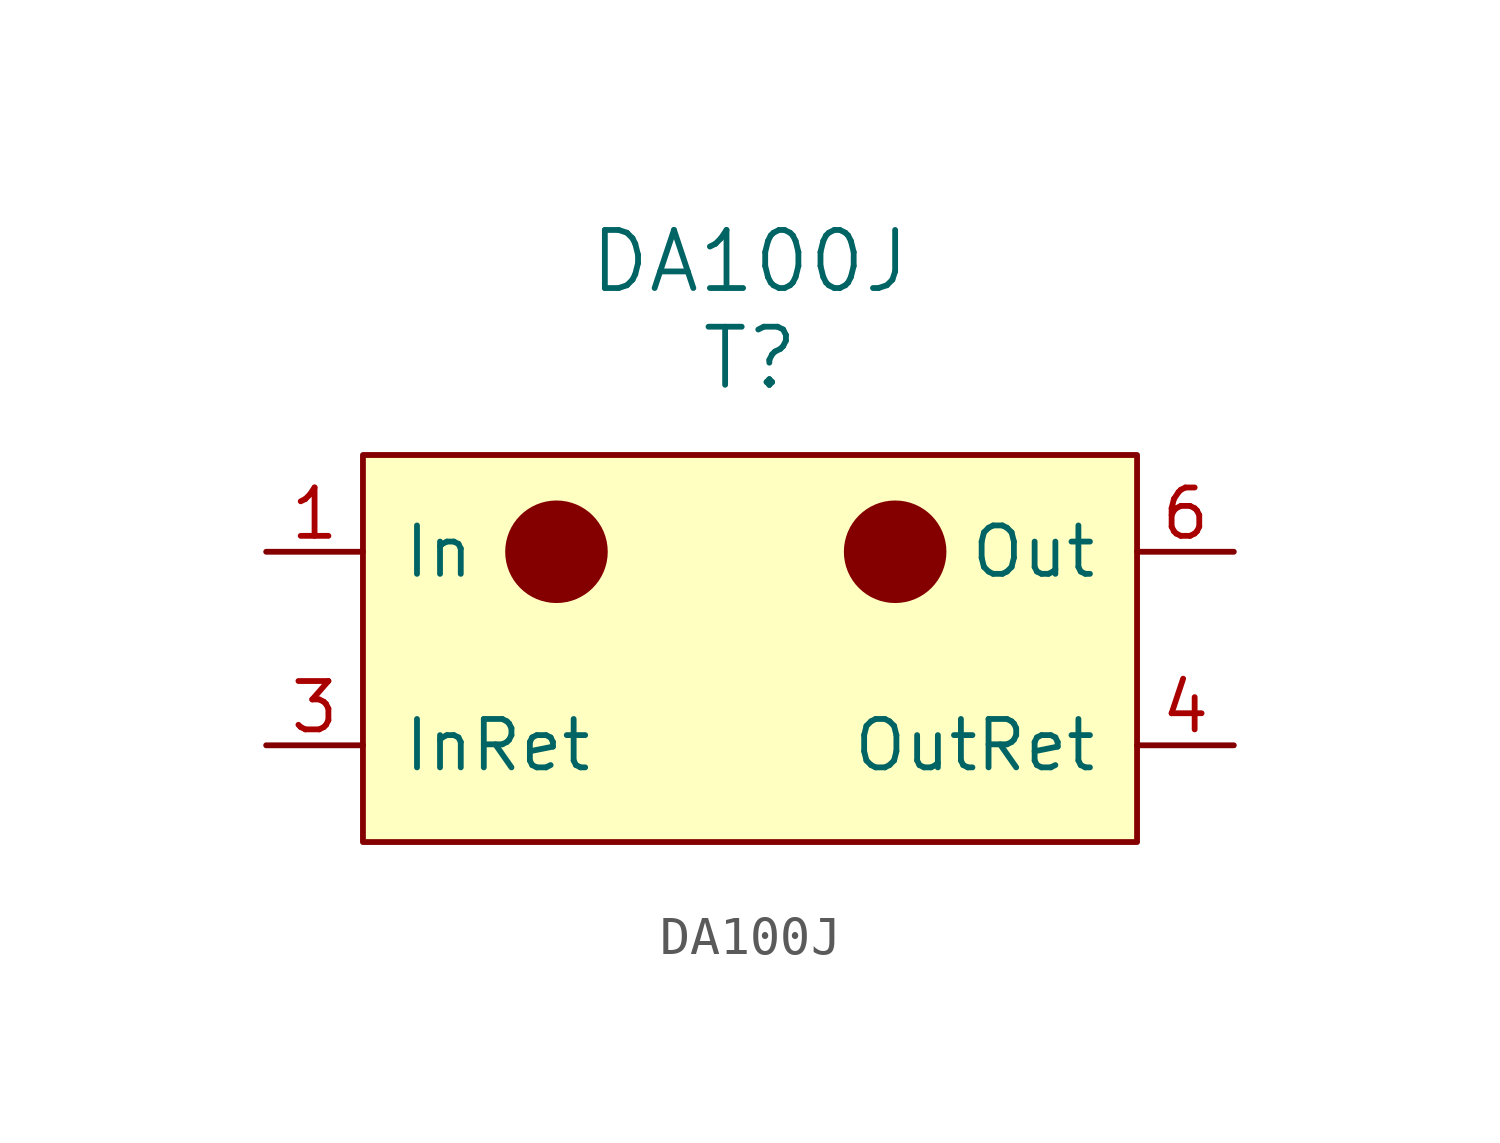
<source format=kicad_sym>
(kicad_symbol_lib
  (version 20211014)
  (generator kicad_symbol_editor)
  (symbol "DA100J"
    (pin_names
      (offset 1.016))
    (property "Reference" "T"
      (at 0 7.62 0)
      (effects (font (size 1.524 1.524))))
    (property "Value" "DA100J"
      (at 0 10.16 0)
      (effects (font (size 1.524 1.524))))
    (symbol "DA100J_0_1"
      (rectangle (start -10.16 5.08) (end 10.16 -5.08) (stroke (width 0) (type default) (color 0 0 0 0)) (fill (type background)))
      (circle (center -5.08 2.54) (radius 1.27) (stroke (width 0) (type default) (color 0 0 0 0)) (fill (type outline)))
      (circle (center 3.81 2.54) (radius 1.27) (stroke (width 0) (type default) (color 0 0 0 0)) (fill (type outline))))
    (symbol "DA100J_1_1"
      (pin input line (at -12.7 2.54 0) (length 2.54) (name "In" (effects (font (size 1.27 1.27)))) (number "1" (effects (font (size 1.27 1.27)))))
      (pin input line (at -12.7 0 0) (length 2.54) hide (name "NC" (effects (font (size 1.27 1.27)))) (number "2" (effects (font (size 1.27 1.27)))))
      (pin input line (at -12.7 -2.54 0) (length 2.54) (name "InRet" (effects (font (size 1.27 1.27)))) (number "3" (effects (font (size 1.27 1.27)))))
      (pin output line (at 12.7 -2.54 180) (length 2.54) (name "OutRet" (effects (font (size 1.27 1.27)))) (number "4" (effects (font (size 1.27 1.27)))))
      (pin output line (at 12.7 0 180) (length 2.54) hide (name "NC" (effects (font (size 1.27 1.27)))) (number "5" (effects (font (size 1.27 1.27)))))
      (pin output line (at 12.7 2.54 180) (length 2.54) (name "Out" (effects (font (size 1.27 1.27)))) (number "6" (effects (font (size 1.27 1.27))))))))
</source>
